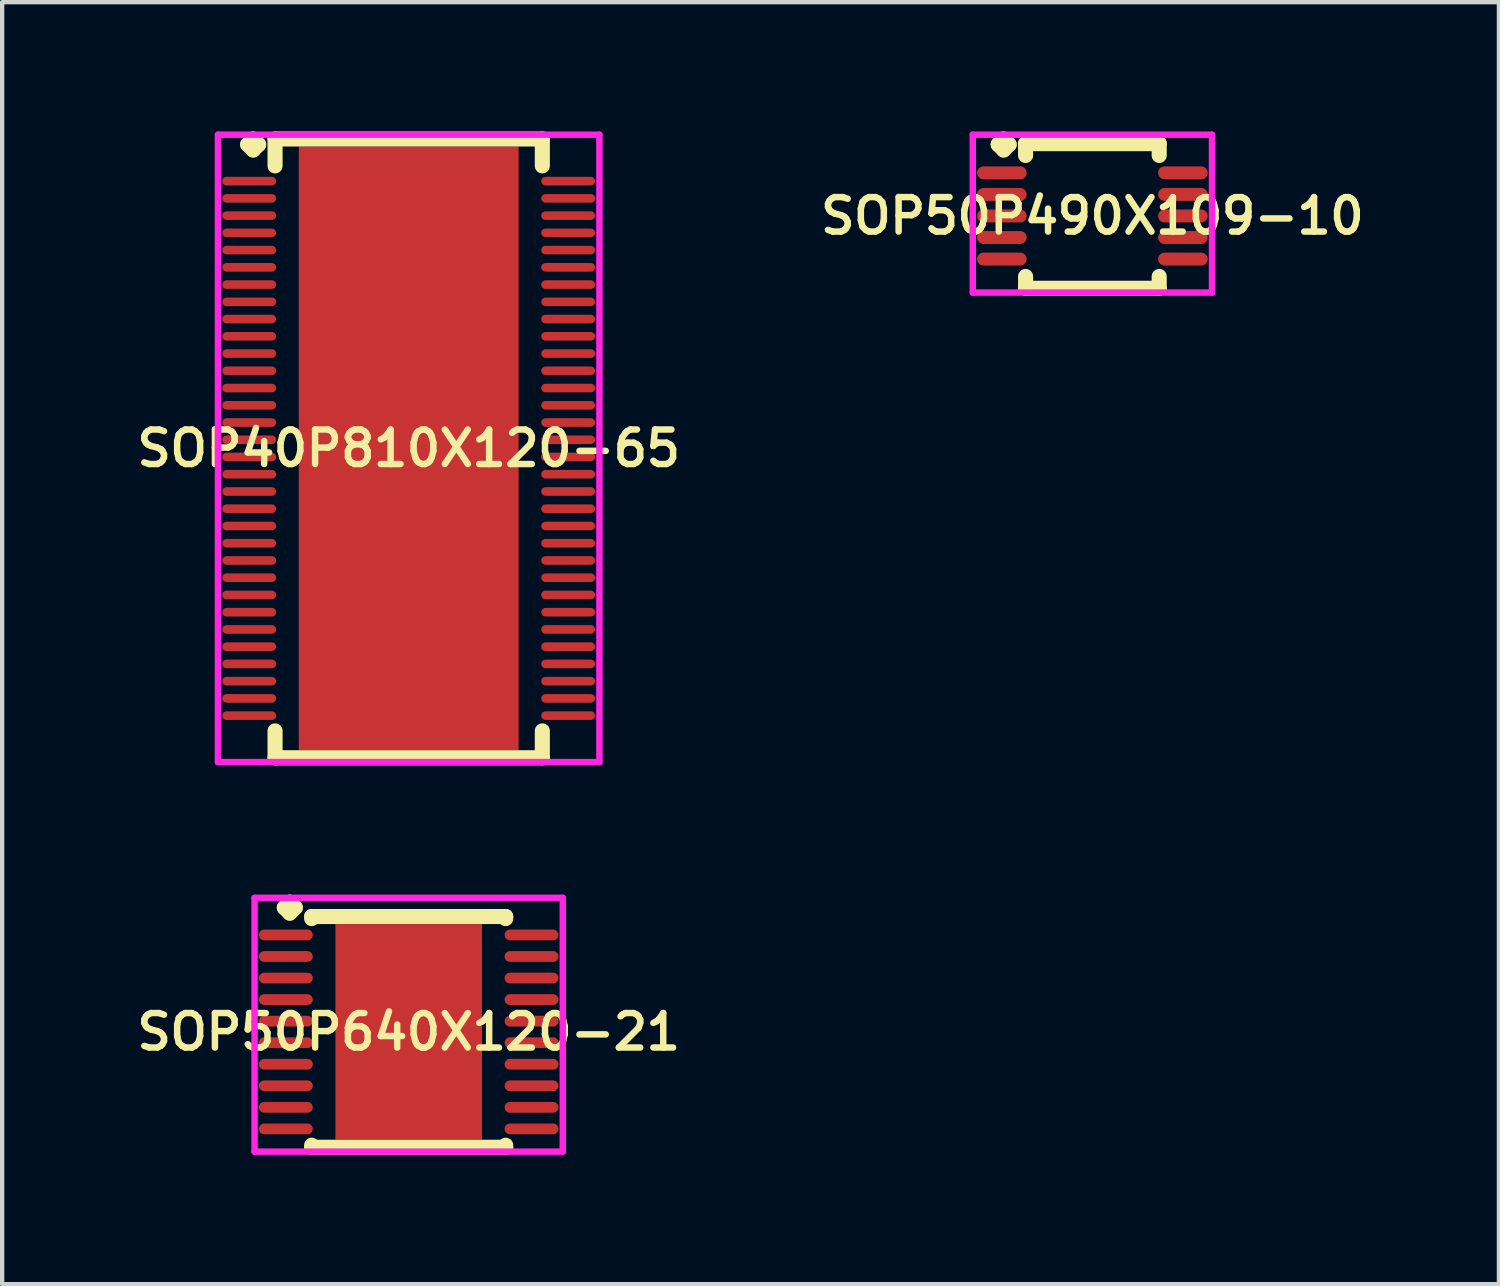
<source format=kicad_pcb>
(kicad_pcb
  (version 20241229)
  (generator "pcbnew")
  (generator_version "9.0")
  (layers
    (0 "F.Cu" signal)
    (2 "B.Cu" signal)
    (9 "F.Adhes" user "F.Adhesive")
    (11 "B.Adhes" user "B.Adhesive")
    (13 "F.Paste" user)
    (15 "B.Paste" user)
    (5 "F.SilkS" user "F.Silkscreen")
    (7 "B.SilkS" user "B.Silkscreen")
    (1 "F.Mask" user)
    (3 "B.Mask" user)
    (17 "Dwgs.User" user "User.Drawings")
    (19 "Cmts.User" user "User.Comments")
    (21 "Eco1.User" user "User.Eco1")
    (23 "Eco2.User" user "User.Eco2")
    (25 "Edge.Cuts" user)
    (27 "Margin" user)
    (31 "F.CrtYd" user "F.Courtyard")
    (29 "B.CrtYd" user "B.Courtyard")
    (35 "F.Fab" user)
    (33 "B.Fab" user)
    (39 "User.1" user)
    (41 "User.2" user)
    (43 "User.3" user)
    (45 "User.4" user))
  (footprint "SOP50P640X120-21"
    (layer "F.Cu")
    (at 6.431 20.889)
    (property "Reference" "SOP50P640X120-21" (at 0 0 0) (layer "F.SilkS") (effects (font (size 0.8 0.8) (thickness 0.15))))
    (attr smd)
    (fp_line (start -2.885 -2.883) (end -2.758 -3.01) (stroke (width 0.35) (type solid)) (layer "F.SilkS"))
    (fp_line (start -2.758 -3.01) (end -2.631 -2.883) (stroke (width 0.35) (type solid)) (layer "F.SilkS"))
    (fp_line (start -2.758 -2.756) (end -2.885 -2.883) (stroke (width 0.35) (type solid)) (layer "F.SilkS"))
    (fp_line (start -2.631 -2.883) (end -2.758 -2.756) (stroke (width 0.35) (type solid)) (layer "F.SilkS"))
    (fp_line (start -2.25 -2.677) (end 2.25 -2.677) (stroke (width 0.35) (type solid)) (layer "F.SilkS"))
    (fp_line (start -2.25 -2.629) (end -2.25 -2.677) (stroke (width 0.35) (type solid)) (layer "F.SilkS"))
    (fp_line (start -2.25 2.629) (end -2.25 2.677) (stroke (width 0.35) (type solid)) (layer "F.SilkS"))
    (fp_line (start -2.25 2.677) (end 2.25 2.677) (stroke (width 0.35) (type solid)) (layer "F.SilkS"))
    (fp_line (start 2.25 -2.677) (end 2.25 -2.629) (stroke (width 0.35) (type solid)) (layer "F.SilkS"))
    (fp_line (start 2.25 2.677) (end 2.25 2.629) (stroke (width 0.35) (type solid)) (layer "F.SilkS"))
    (fp_line (start -3.575 -3.11) (end 3.575 -3.11) (stroke (width 0.15) (type solid)) (layer "F.CrtYd"))
    (fp_line (start -3.575 2.777) (end -3.575 -3.11) (stroke (width 0.15) (type solid)) (layer "F.CrtYd"))
    (fp_line (start 3.575 -3.11) (end 3.575 2.777) (stroke (width 0.15) (type solid)) (layer "F.CrtYd"))
    (fp_line (start 3.575 2.777) (end -3.575 2.777) (stroke (width 0.15) (type solid)) (layer "F.CrtYd"))
    (pad "1" smd oval (at -2.85 -2.25) (size 1.25 0.25) (layers "F.Cu" "F.Mask" "F.Paste"))
    (pad "2" smd oval (at -2.85 -1.75) (size 1.25 0.25) (layers "F.Cu" "F.Mask" "F.Paste"))
    (pad "3" smd oval (at -2.85 -1.25) (size 1.25 0.25) (layers "F.Cu" "F.Mask" "F.Paste"))
    (pad "4" smd oval (at -2.85 -0.75) (size 1.25 0.25) (layers "F.Cu" "F.Mask" "F.Paste"))
    (pad "5" smd oval (at -2.85 -0.25) (size 1.25 0.25) (layers "F.Cu" "F.Mask" "F.Paste"))
    (pad "6" smd oval (at -2.85 0.25) (size 1.25 0.25) (layers "F.Cu" "F.Mask" "F.Paste"))
    (pad "7" smd oval (at -2.85 0.75) (size 1.25 0.25) (layers "F.Cu" "F.Mask" "F.Paste"))
    (pad "8" smd oval (at -2.85 1.25) (size 1.25 0.25) (layers "F.Cu" "F.Mask" "F.Paste"))
    (pad "9" smd oval (at -2.85 1.75) (size 1.25 0.25) (layers "F.Cu" "F.Mask" "F.Paste"))
    (pad "10" smd oval (at -2.85 2.25) (size 1.25 0.25) (layers "F.Cu" "F.Mask" "F.Paste"))
    (pad "11" smd oval (at 2.85 2.25) (size 1.25 0.25) (layers "F.Cu" "F.Mask" "F.Paste"))
    (pad "12" smd oval (at 2.85 1.75) (size 1.25 0.25) (layers "F.Cu" "F.Mask" "F.Paste"))
    (pad "13" smd oval (at 2.85 1.25) (size 1.25 0.25) (layers "F.Cu" "F.Mask" "F.Paste"))
    (pad "14" smd oval (at 2.85 0.75) (size 1.25 0.25) (layers "F.Cu" "F.Mask" "F.Paste"))
    (pad "15" smd oval (at 2.85 0.25) (size 1.25 0.25) (layers "F.Cu" "F.Mask" "F.Paste"))
    (pad "16" smd oval (at 2.85 -0.25) (size 1.25 0.25) (layers "F.Cu" "F.Mask" "F.Paste"))
    (pad "17" smd oval (at 2.85 -0.75) (size 1.25 0.25) (layers "F.Cu" "F.Mask" "F.Paste"))
    (pad "18" smd oval (at 2.85 -1.25) (size 1.25 0.25) (layers "F.Cu" "F.Mask" "F.Paste"))
    (pad "19" smd oval (at 2.85 -1.75) (size 1.25 0.25) (layers "F.Cu" "F.Mask" "F.Paste"))
    (pad "20" smd oval (at 2.85 -2.25) (size 1.25 0.25) (layers "F.Cu" "F.Mask" "F.Paste"))
    (pad "21" smd rect (at 0 0) (size 3.4 5) (layers "F.Cu" "F.Mask" "F.Paste")))
  (footprint "SOP50P490X109-10"
    (layer "F.Cu")
    (at 22.292 1.96)
    (property "Reference" "SOP50P490X109-10" (at 0 0 0) (layer "F.SilkS") (effects (font (size 0.8 0.8) (thickness 0.15))))
    (attr through_hole)
    (fp_line (start -2.185 -1.658) (end -2.058 -1.785) (stroke (width 0.35) (type solid)) (layer "F.SilkS"))
    (fp_line (start -2.058 -1.785) (end -1.931 -1.658) (stroke (width 0.35) (type solid)) (layer "F.SilkS"))
    (fp_line (start -2.058 -1.531) (end -2.185 -1.658) (stroke (width 0.35) (type solid)) (layer "F.SilkS"))
    (fp_line (start -1.931 -1.658) (end -2.058 -1.531) (stroke (width 0.35) (type solid)) (layer "F.SilkS"))
    (fp_line (start -1.55 -1.677) (end 1.55 -1.677) (stroke (width 0.35) (type solid)) (layer "F.SilkS"))
    (fp_line (start -1.55 -1.404) (end -1.55 -1.677) (stroke (width 0.35) (type solid)) (layer "F.SilkS"))
    (fp_line (start -1.55 1.404) (end -1.55 1.677) (stroke (width 0.35) (type solid)) (layer "F.SilkS"))
    (fp_line (start -1.55 1.677) (end 1.55 1.677) (stroke (width 0.35) (type solid)) (layer "F.SilkS"))
    (fp_line (start 1.55 -1.677) (end 1.55 -1.404) (stroke (width 0.35) (type solid)) (layer "F.SilkS"))
    (fp_line (start 1.55 1.677) (end 1.55 1.404) (stroke (width 0.35) (type solid)) (layer "F.SilkS"))
    (fp_line (start -2.775 -1.885) (end 2.775 -1.885) (stroke (width 0.15) (type solid)) (layer "F.CrtYd"))
    (fp_line (start -2.775 1.777) (end -2.775 -1.885) (stroke (width 0.15) (type solid)) (layer "F.CrtYd"))
    (fp_line (start 2.775 -1.885) (end 2.775 1.777) (stroke (width 0.15) (type solid)) (layer "F.CrtYd"))
    (fp_line (start 2.775 1.777) (end -2.775 1.777) (stroke (width 0.15) (type solid)) (layer "F.CrtYd"))
    (pad "1" smd oval (at -2.1 -1) (size 1.15 0.3) (layers "F.Cu" "F.Mask" "F.Paste"))
    (pad "2" smd oval (at -2.1 -0.5) (size 1.15 0.3) (layers "F.Cu" "F.Mask" "F.Paste"))
    (pad "3" smd oval (at -2.1 0) (size 1.15 0.3) (layers "F.Cu" "F.Mask" "F.Paste"))
    (pad "4" smd oval (at -2.1 0.5) (size 1.15 0.3) (layers "F.Cu" "F.Mask" "F.Paste"))
    (pad "5" smd oval (at -2.1 1) (size 1.15 0.3) (layers "F.Cu" "F.Mask" "F.Paste"))
    (pad "6" smd oval (at 2.1 1) (size 1.15 0.3) (layers "F.Cu" "F.Mask" "F.Paste"))
    (pad "7" smd oval (at 2.1 0.5) (size 1.15 0.3) (layers "F.Cu" "F.Mask" "F.Paste"))
    (pad "8" smd oval (at 2.1 0) (size 1.15 0.3) (layers "F.Cu" "F.Mask" "F.Paste"))
    (pad "9" smd oval (at 2.1 -0.5) (size 1.15 0.3) (layers "F.Cu" "F.Mask" "F.Paste"))
    (pad "10" smd oval (at 2.1 -1) (size 1.15 0.3) (layers "F.Cu" "F.Mask" "F.Paste")))
  (footprint "SOP40P810X120-65"
    (layer "F.Cu")
    (at 6.431 7.352)
    (property "Reference" "SOP40P810X120-65" (at 0 0 0) (layer "F.SilkS") (effects (font (size 0.8 0.8) (thickness 0.15))))
    (attr through_hole)
    (fp_line (start -3.735 -7.05) (end -3.608 -7.177) (stroke (width 0.35) (type solid)) (layer "F.SilkS"))
    (fp_line (start -3.608 -7.177) (end -3.481 -7.05) (stroke (width 0.35) (type solid)) (layer "F.SilkS"))
    (fp_line (start -3.608 -6.923) (end -3.735 -7.05) (stroke (width 0.35) (type solid)) (layer "F.SilkS"))
    (fp_line (start -3.481 -7.05) (end -3.608 -6.923) (stroke (width 0.35) (type solid)) (layer "F.SilkS"))
    (fp_line (start -3.1 -7.177) (end 3.1 -7.177) (stroke (width 0.35) (type solid)) (layer "F.SilkS"))
    (fp_line (start -3.1 -6.554) (end -3.1 -7.177) (stroke (width 0.35) (type solid)) (layer "F.SilkS"))
    (fp_line (start -3.1 6.554) (end -3.1 7.177) (stroke (width 0.35) (type solid)) (layer "F.SilkS"))
    (fp_line (start -3.1 7.177) (end 3.1 7.177) (stroke (width 0.35) (type solid)) (layer "F.SilkS"))
    (fp_line (start 3.1 -7.177) (end 3.1 -6.554) (stroke (width 0.35) (type solid)) (layer "F.SilkS"))
    (fp_line (start 3.1 7.177) (end 3.1 6.554) (stroke (width 0.35) (type solid)) (layer "F.SilkS"))
    (fp_line (start -4.425 -7.277) (end 4.425 -7.277) (stroke (width 0.15) (type solid)) (layer "F.CrtYd"))
    (fp_line (start -4.425 7.277) (end -4.425 -7.277) (stroke (width 0.15) (type solid)) (layer "F.CrtYd"))
    (fp_line (start 4.425 -7.277) (end 4.425 7.277) (stroke (width 0.15) (type solid)) (layer "F.CrtYd"))
    (fp_line (start 4.425 7.277) (end -4.425 7.277) (stroke (width 0.15) (type solid)) (layer "F.CrtYd"))
    (pad "1" smd oval (at -3.7 -6.2) (size 1.25 0.2) (layers "F.Cu" "F.Mask" "F.Paste"))
    (pad "2" smd oval (at -3.7 -5.8) (size 1.25 0.2) (layers "F.Cu" "F.Mask" "F.Paste"))
    (pad "3" smd oval (at -3.7 -5.4) (size 1.25 0.2) (layers "F.Cu" "F.Mask" "F.Paste"))
    (pad "4" smd oval (at -3.7 -5) (size 1.25 0.2) (layers "F.Cu" "F.Mask" "F.Paste"))
    (pad "5" smd oval (at -3.7 -4.6) (size 1.25 0.2) (layers "F.Cu" "F.Mask" "F.Paste"))
    (pad "6" smd oval (at -3.7 -4.2) (size 1.25 0.2) (layers "F.Cu" "F.Mask" "F.Paste"))
    (pad "7" smd oval (at -3.7 -3.8) (size 1.25 0.2) (layers "F.Cu" "F.Mask" "F.Paste"))
    (pad "8" smd oval (at -3.7 -3.4) (size 1.25 0.2) (layers "F.Cu" "F.Mask" "F.Paste"))
    (pad "9" smd oval (at -3.7 -3) (size 1.25 0.2) (layers "F.Cu" "F.Mask" "F.Paste"))
    (pad "10" smd oval (at -3.7 -2.6) (size 1.25 0.2) (layers "F.Cu" "F.Mask" "F.Paste"))
    (pad "11" smd oval (at -3.7 -2.2) (size 1.25 0.2) (layers "F.Cu" "F.Mask" "F.Paste"))
    (pad "12" smd oval (at -3.7 -1.8) (size 1.25 0.2) (layers "F.Cu" "F.Mask" "F.Paste"))
    (pad "13" smd oval (at -3.7 -1.4) (size 1.25 0.2) (layers "F.Cu" "F.Mask" "F.Paste"))
    (pad "14" smd oval (at -3.7 -1) (size 1.25 0.2) (layers "F.Cu" "F.Mask" "F.Paste"))
    (pad "15" smd oval (at -3.7 -0.6) (size 1.25 0.2) (layers "F.Cu" "F.Mask" "F.Paste"))
    (pad "16" smd oval (at -3.7 -0.2) (size 1.25 0.2) (layers "F.Cu" "F.Mask" "F.Paste"))
    (pad "17" smd oval (at -3.7 0.2) (size 1.25 0.2) (layers "F.Cu" "F.Mask" "F.Paste"))
    (pad "18" smd oval (at -3.7 0.6) (size 1.25 0.2) (layers "F.Cu" "F.Mask" "F.Paste"))
    (pad "19" smd oval (at -3.7 1) (size 1.25 0.2) (layers "F.Cu" "F.Mask" "F.Paste"))
    (pad "20" smd oval (at -3.7 1.4) (size 1.25 0.2) (layers "F.Cu" "F.Mask" "F.Paste"))
    (pad "21" smd oval (at -3.7 1.8) (size 1.25 0.2) (layers "F.Cu" "F.Mask" "F.Paste"))
    (pad "22" smd oval (at -3.7 2.2) (size 1.25 0.2) (layers "F.Cu" "F.Mask" "F.Paste"))
    (pad "23" smd oval (at -3.7 2.6) (size 1.25 0.2) (layers "F.Cu" "F.Mask" "F.Paste"))
    (pad "24" smd oval (at -3.7 3) (size 1.25 0.2) (layers "F.Cu" "F.Mask" "F.Paste"))
    (pad "25" smd oval (at -3.7 3.4) (size 1.25 0.2) (layers "F.Cu" "F.Mask" "F.Paste"))
    (pad "26" smd oval (at -3.7 3.8) (size 1.25 0.2) (layers "F.Cu" "F.Mask" "F.Paste"))
    (pad "27" smd oval (at -3.7 4.2) (size 1.25 0.2) (layers "F.Cu" "F.Mask" "F.Paste"))
    (pad "28" smd oval (at -3.7 4.6) (size 1.25 0.2) (layers "F.Cu" "F.Mask" "F.Paste"))
    (pad "29" smd oval (at -3.7 5) (size 1.25 0.2) (layers "F.Cu" "F.Mask" "F.Paste"))
    (pad "30" smd oval (at -3.7 5.4) (size 1.25 0.2) (layers "F.Cu" "F.Mask" "F.Paste"))
    (pad "31" smd oval (at -3.7 5.8) (size 1.25 0.2) (layers "F.Cu" "F.Mask" "F.Paste"))
    (pad "32" smd oval (at -3.7 6.2) (size 1.25 0.2) (layers "F.Cu" "F.Mask" "F.Paste"))
    (pad "33" smd oval (at 3.7 6.2) (size 1.25 0.2) (layers "F.Cu" "F.Mask" "F.Paste"))
    (pad "34" smd oval (at 3.7 5.8) (size 1.25 0.2) (layers "F.Cu" "F.Mask" "F.Paste"))
    (pad "35" smd oval (at 3.7 5.4) (size 1.25 0.2) (layers "F.Cu" "F.Mask" "F.Paste"))
    (pad "36" smd oval (at 3.7 5) (size 1.25 0.2) (layers "F.Cu" "F.Mask" "F.Paste"))
    (pad "37" smd oval (at 3.7 4.6) (size 1.25 0.2) (layers "F.Cu" "F.Mask" "F.Paste"))
    (pad "38" smd oval (at 3.7 4.2) (size 1.25 0.2) (layers "F.Cu" "F.Mask" "F.Paste"))
    (pad "39" smd oval (at 3.7 3.8) (size 1.25 0.2) (layers "F.Cu" "F.Mask" "F.Paste"))
    (pad "40" smd oval (at 3.7 3.4) (size 1.25 0.2) (layers "F.Cu" "F.Mask" "F.Paste"))
    (pad "41" smd oval (at 3.7 3) (size 1.25 0.2) (layers "F.Cu" "F.Mask" "F.Paste"))
    (pad "42" smd oval (at 3.7 2.6) (size 1.25 0.2) (layers "F.Cu" "F.Mask" "F.Paste"))
    (pad "43" smd oval (at 3.7 2.2) (size 1.25 0.2) (layers "F.Cu" "F.Mask" "F.Paste"))
    (pad "44" smd oval (at 3.7 1.8) (size 1.25 0.2) (layers "F.Cu" "F.Mask" "F.Paste"))
    (pad "45" smd oval (at 3.7 1.4) (size 1.25 0.2) (layers "F.Cu" "F.Mask" "F.Paste"))
    (pad "46" smd oval (at 3.7 1) (size 1.25 0.2) (layers "F.Cu" "F.Mask" "F.Paste"))
    (pad "47" smd oval (at 3.7 0.6) (size 1.25 0.2) (layers "F.Cu" "F.Mask" "F.Paste"))
    (pad "48" smd oval (at 3.7 0.2) (size 1.25 0.2) (layers "F.Cu" "F.Mask" "F.Paste"))
    (pad "49" smd oval (at 3.7 -0.2) (size 1.25 0.2) (layers "F.Cu" "F.Mask" "F.Paste"))
    (pad "50" smd oval (at 3.7 -0.6) (size 1.25 0.2) (layers "F.Cu" "F.Mask" "F.Paste"))
    (pad "51" smd oval (at 3.7 -1) (size 1.25 0.2) (layers "F.Cu" "F.Mask" "F.Paste"))
    (pad "52" smd oval (at 3.7 -1.4) (size 1.25 0.2) (layers "F.Cu" "F.Mask" "F.Paste"))
    (pad "53" smd oval (at 3.7 -1.8) (size 1.25 0.2) (layers "F.Cu" "F.Mask" "F.Paste"))
    (pad "54" smd oval (at 3.7 -2.2) (size 1.25 0.2) (layers "F.Cu" "F.Mask" "F.Paste"))
    (pad "55" smd oval (at 3.7 -2.6) (size 1.25 0.2) (layers "F.Cu" "F.Mask" "F.Paste"))
    (pad "56" smd oval (at 3.7 -3) (size 1.25 0.2) (layers "F.Cu" "F.Mask" "F.Paste"))
    (pad "57" smd oval (at 3.7 -3.4) (size 1.25 0.2) (layers "F.Cu" "F.Mask" "F.Paste"))
    (pad "58" smd oval (at 3.7 -3.8) (size 1.25 0.2) (layers "F.Cu" "F.Mask" "F.Paste"))
    (pad "59" smd oval (at 3.7 -4.2) (size 1.25 0.2) (layers "F.Cu" "F.Mask" "F.Paste"))
    (pad "60" smd oval (at 3.7 -4.6) (size 1.25 0.2) (layers "F.Cu" "F.Mask" "F.Paste"))
    (pad "61" smd oval (at 3.7 -5) (size 1.25 0.2) (layers "F.Cu" "F.Mask" "F.Paste"))
    (pad "62" smd oval (at 3.7 -5.4) (size 1.25 0.2) (layers "F.Cu" "F.Mask" "F.Paste"))
    (pad "63" smd oval (at 3.7 -5.8) (size 1.25 0.2) (layers "F.Cu" "F.Mask" "F.Paste"))
    (pad "64" smd oval (at 3.7 -6.2) (size 1.25 0.2) (layers "F.Cu" "F.Mask" "F.Paste"))
    (pad "65" smd rect (at 0 0) (size 5.1 14) (layers "F.Cu" "F.Mask" "F.Paste")))
  (gr_rect
    (start -3 -3)
    (end 31.723 26.741)
    (stroke (width 0.1) (type default))
    (fill no)
    (layer "Edge.Cuts")))
</source>
